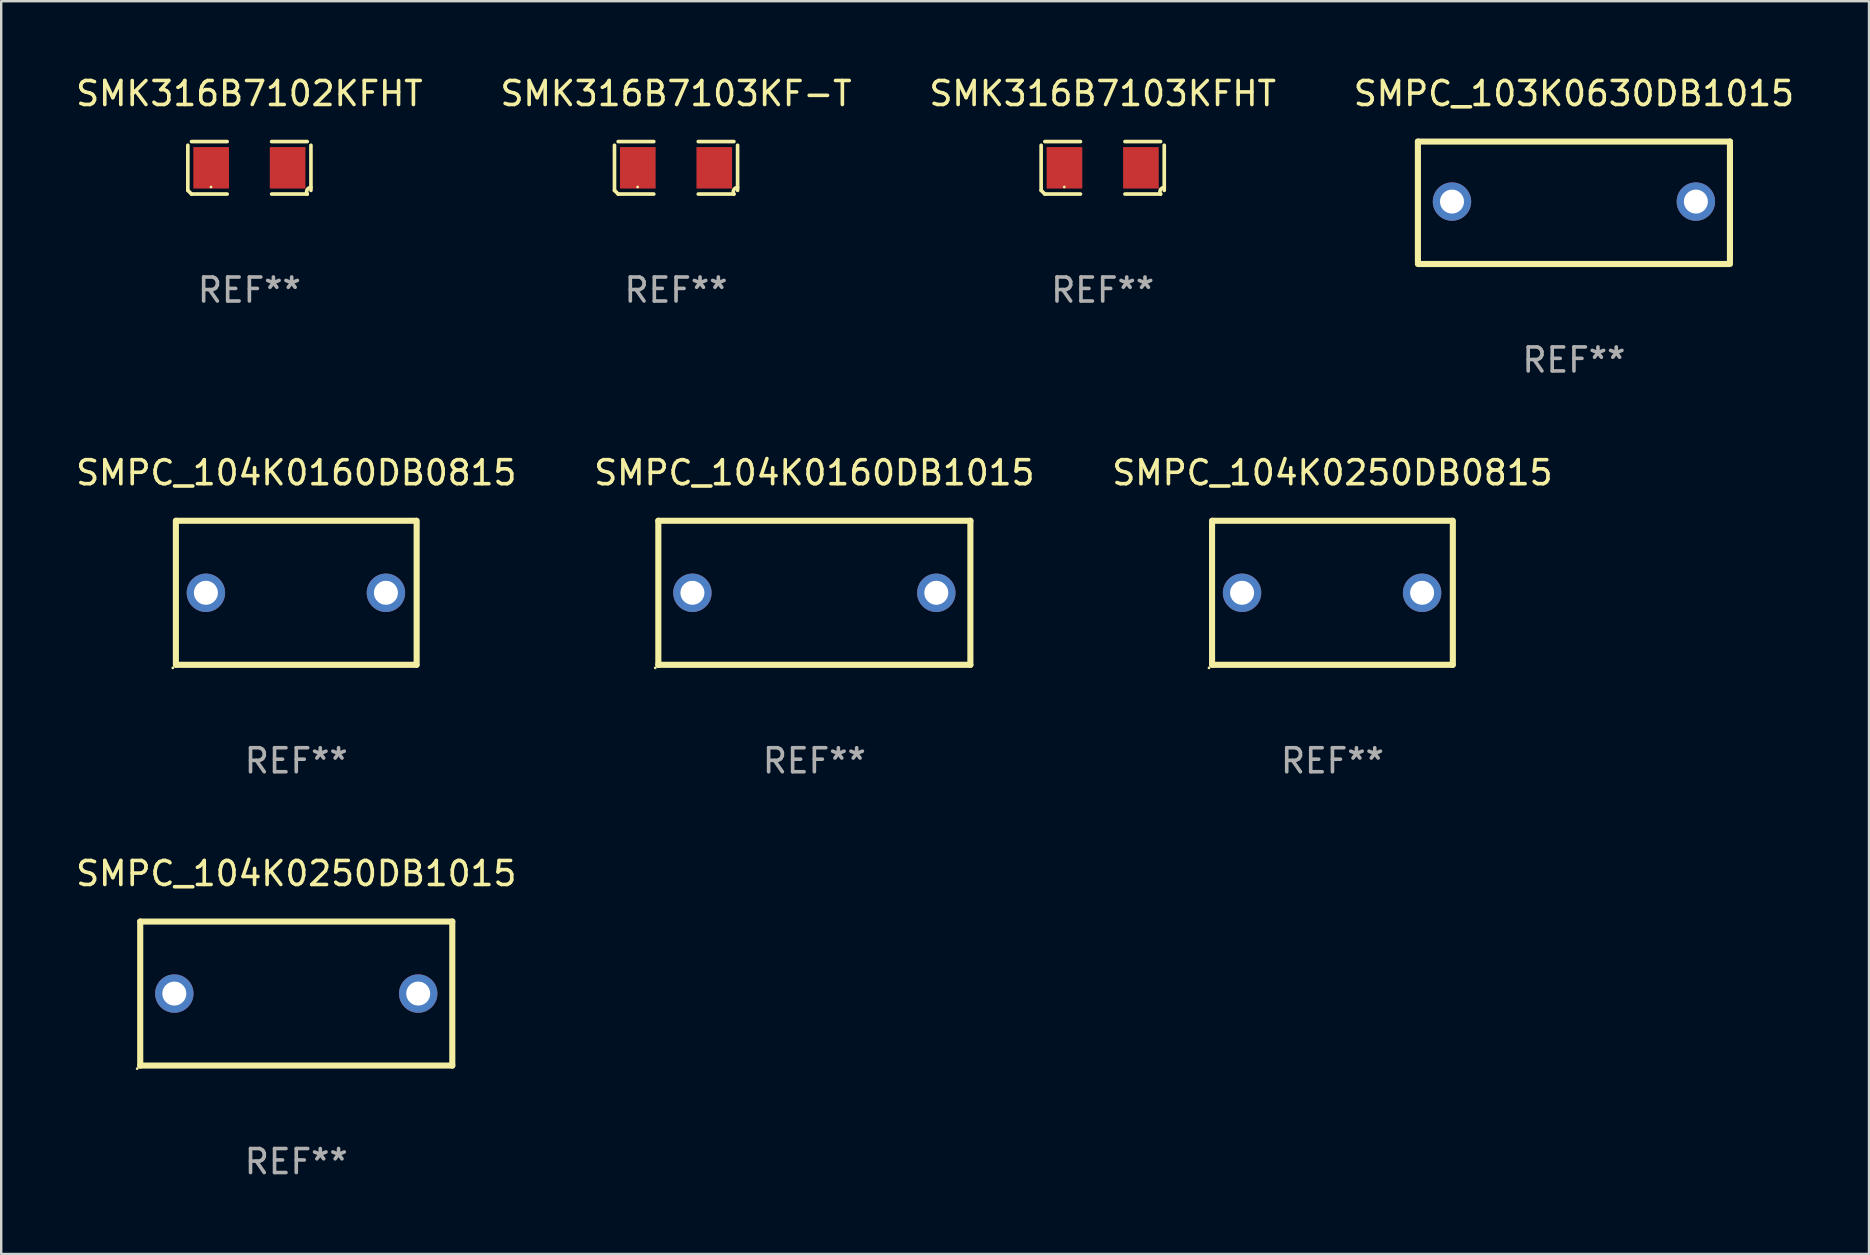
<source format=kicad_pcb>
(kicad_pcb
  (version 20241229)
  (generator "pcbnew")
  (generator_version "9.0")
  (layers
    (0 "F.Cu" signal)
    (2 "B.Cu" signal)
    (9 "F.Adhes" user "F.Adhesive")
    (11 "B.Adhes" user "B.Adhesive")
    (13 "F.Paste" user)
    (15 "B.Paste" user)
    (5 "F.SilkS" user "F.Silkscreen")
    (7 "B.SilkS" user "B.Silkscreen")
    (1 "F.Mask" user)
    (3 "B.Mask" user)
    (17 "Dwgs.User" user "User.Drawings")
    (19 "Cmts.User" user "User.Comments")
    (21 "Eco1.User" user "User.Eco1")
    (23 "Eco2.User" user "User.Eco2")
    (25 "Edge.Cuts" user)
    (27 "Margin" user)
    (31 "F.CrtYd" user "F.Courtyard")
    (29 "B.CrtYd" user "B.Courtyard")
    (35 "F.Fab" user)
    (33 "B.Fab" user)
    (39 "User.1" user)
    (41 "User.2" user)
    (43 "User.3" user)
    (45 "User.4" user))
  (footprint "SMK316B7103KF-T"
    (layer "F.Cu")
    (at 25.113 3.941)
    (property "Reference" "SMK316B7103KF-T" (at 0 -3.093 0) (layer "F.SilkS") (effects (font (size 1 1) (thickness 0.15))))
    (attr through_hole)
    (fp_line (start -2.564 0.94) (end -2.564 -0.94) (stroke (width 0.152) (type solid)) (layer "F.SilkS"))
    (fp_line (start -2.411 -1.093) (end -0.926 -1.093) (stroke (width 0.152) (type solid)) (layer "F.SilkS"))
    (fp_line (start -0.926 1.093) (end -2.411 1.093) (stroke (width 0.152) (type solid)) (layer "F.SilkS"))
    (fp_line (start 0.926 1.093) (end 2.411 1.093) (stroke (width 0.152) (type solid)) (layer "F.SilkS"))
    (fp_line (start 2.411 -1.093) (end 0.926 -1.093) (stroke (width 0.152) (type solid)) (layer "F.SilkS"))
    (fp_line (start 2.564 0.94) (end 2.564 -0.94) (stroke (width 0.152) (type solid)) (layer "F.SilkS"))
    (fp_arc (start -2.411201 1.092609) (mid -2.487413 1.01642) (end -2.563602 0.940208) (stroke (width 0.1524) (type solid)) (layer "F.SilkS"))
    (fp_arc (start 2.411201 1.092609) (mid 2.407159 0.911226) (end 2.563602 0.819347) (stroke (width 0.1524) (type solid)) (layer "F.SilkS"))
    (fp_circle (center -1.6 0.8) (end -1.57 0.8) (stroke (width 0.06) (type solid)) (fill no) (layer "F.SilkS"))
    (fp_text user "REF**" (at 0 5.093 0) (layer "F.Fab") (effects (font (size 1 1) (thickness 0.15))))
    (pad "1" smd rect (at -1.593 0) (size 1.485 1.728) (layers "F.Cu" "F.Mask" "F.Paste"))
    (pad "2" smd rect (at 1.593 0) (size 1.485 1.728) (layers "F.Cu" "F.Mask" "F.Paste")))
  (footprint "SMK316B7102KFHT"
    (layer "F.Cu")
    (at 7.339 3.941)
    (property "Reference" "SMK316B7102KFHT" (at 0 -3.093 0) (layer "F.SilkS") (effects (font (size 1 1) (thickness 0.15))))
    (attr through_hole)
    (fp_line (start -2.564 0.94) (end -2.564 -0.94) (stroke (width 0.152) (type solid)) (layer "F.SilkS"))
    (fp_line (start -2.411 -1.093) (end -0.926 -1.093) (stroke (width 0.152) (type solid)) (layer "F.SilkS"))
    (fp_line (start -0.926 1.093) (end -2.411 1.093) (stroke (width 0.152) (type solid)) (layer "F.SilkS"))
    (fp_line (start 0.926 1.093) (end 2.411 1.093) (stroke (width 0.152) (type solid)) (layer "F.SilkS"))
    (fp_line (start 2.411 -1.093) (end 0.926 -1.093) (stroke (width 0.152) (type solid)) (layer "F.SilkS"))
    (fp_line (start 2.564 0.94) (end 2.564 -0.94) (stroke (width 0.152) (type solid)) (layer "F.SilkS"))
    (fp_arc (start -2.411201 1.092609) (mid -2.487413 1.01642) (end -2.563602 0.940208) (stroke (width 0.1524) (type solid)) (layer "F.SilkS"))
    (fp_arc (start 2.411201 1.092609) (mid 2.407159 0.911226) (end 2.563602 0.819347) (stroke (width 0.1524) (type solid)) (layer "F.SilkS"))
    (fp_circle (center -1.6 0.8) (end -1.57 0.8) (stroke (width 0.06) (type solid)) (fill no) (layer "F.SilkS"))
    (fp_text user "REF**" (at 0 5.093 0) (layer "F.Fab") (effects (font (size 1 1) (thickness 0.15))))
    (pad "1" smd rect (at -1.593 0) (size 1.485 1.728) (layers "F.Cu" "F.Mask" "F.Paste"))
    (pad "2" smd rect (at 1.593 0) (size 1.485 1.728) (layers "F.Cu" "F.Mask" "F.Paste")))
  (footprint "SMPC_104K0250DB1015"
    (layer "F.Cu")
    (at 9.292 38.341)
    (property "Reference" "SMPC_104K0250DB1015" (at 0 -5 0) (layer "F.SilkS") (effects (font (size 1 1) (thickness 0.15))))
    (attr through_hole)
    (fp_line (start -6.5 -3) (end 6.5 -3) (stroke (width 0.254) (type solid)) (layer "F.SilkS"))
    (fp_line (start -6.5 3) (end -6.5 -3) (stroke (width 0.254) (type solid)) (layer "F.SilkS"))
    (fp_line (start 6.5 -3) (end 6.5 3) (stroke (width 0.254) (type solid)) (layer "F.SilkS"))
    (fp_line (start 6.5 3) (end -6.5 3) (stroke (width 0.254) (type solid)) (layer "F.SilkS"))
    (fp_circle (center -6.627 3.127) (end -6.597 3.127) (stroke (width 0.06) (type solid)) (fill no) (layer "F.SilkS"))
    (fp_text user "REF**" (at 0 7 0) (layer "F.Fab") (effects (font (size 1 1) (thickness 0.15))))
    (pad "1" thru_hole circle (at -5.08 0) (size 1.6 1.6) (drill 1) (layers "*.Cu" "*.Mask"))
    (pad "2" thru_hole circle (at 5.08 0) (size 1.6 1.6) (drill 1) (layers "*.Cu" "*.Mask")))
  (footprint "SMPC_104K0160DB0815"
    (layer "F.Cu")
    (at 9.292 21.645)
    (property "Reference" "SMPC_104K0160DB0815" (at 0 -5 0) (layer "F.SilkS") (effects (font (size 1 1) (thickness 0.15))))
    (attr through_hole)
    (fp_line (start -5.015 3) (end -5.015 -3) (stroke (width 0.254) (type solid)) (layer "F.SilkS"))
    (fp_line (start -5.005 -3) (end 4.995 -3) (stroke (width 0.254) (type solid)) (layer "F.SilkS"))
    (fp_line (start 5.005 3) (end -4.995 3) (stroke (width 0.254) (type solid)) (layer "F.SilkS"))
    (fp_line (start 5.015 -3) (end 5.015 3) (stroke (width 0.254) (type solid)) (layer "F.SilkS"))
    (fp_circle (center -5.142 3.127) (end -5.112 3.127) (stroke (width 0.06) (type solid)) (fill no) (layer "F.SilkS"))
    (fp_text user "REF**" (at 0 7 0) (layer "F.Fab") (effects (font (size 1 1) (thickness 0.15))))
    (pad "1" thru_hole circle (at -3.765 0) (size 1.6 1.6) (drill 1) (layers "*.Cu" "*.Mask"))
    (pad "2" thru_hole circle (at 3.735 0) (size 1.6 1.6) (drill 1) (layers "*.Cu" "*.Mask")))
  (footprint "SMPC_103K0630DB1015"
    (layer "F.Cu")
    (at 62.518 5.398)
    (property "Reference" "SMPC_103K0630DB1015" (at 0 -4.55 0) (layer "F.SilkS") (effects (font (size 1 1) (thickness 0.15))))
    (attr through_hole)
    (fp_line (start -6.5 -2.55) (end 6.5 -2.55) (stroke (width 0.254) (type solid)) (layer "F.SilkS"))
    (fp_line (start -6.5 2.45) (end -6.5 -2.55) (stroke (width 0.254) (type solid)) (layer "F.SilkS"))
    (fp_line (start 6.5 -2.55) (end 6.5 2.45) (stroke (width 0.254) (type solid)) (layer "F.SilkS"))
    (fp_line (start 6.5 2.55) (end -6.5 2.55) (stroke (width 0.254) (type solid)) (layer "F.SilkS"))
    (fp_circle (center -6.5 2.45) (end -6.47 2.45) (stroke (width 0.06) (type solid)) (fill no) (layer "F.SilkS"))
    (fp_text user "REF**" (at 0 6.55 0) (layer "F.Fab") (effects (font (size 1 1) (thickness 0.15))))
    (pad "1" thru_hole circle (at -5.08 -0.05) (size 1.6 1.6) (drill 1) (layers "*.Cu" "*.Mask"))
    (pad "2" thru_hole circle (at 5.08 -0.05) (size 1.6 1.6) (drill 1) (layers "*.Cu" "*.Mask")))
  (footprint "SMK316B7103KFHT"
    (layer "F.Cu")
    (at 42.887 3.941)
    (property "Reference" "SMK316B7103KFHT" (at 0 -3.093 0) (layer "F.SilkS") (effects (font (size 1 1) (thickness 0.15))))
    (attr through_hole)
    (fp_line (start -2.564 0.94) (end -2.564 -0.94) (stroke (width 0.152) (type solid)) (layer "F.SilkS"))
    (fp_line (start -2.411 -1.093) (end -0.926 -1.093) (stroke (width 0.152) (type solid)) (layer "F.SilkS"))
    (fp_line (start -0.926 1.093) (end -2.411 1.093) (stroke (width 0.152) (type solid)) (layer "F.SilkS"))
    (fp_line (start 0.926 1.093) (end 2.411 1.093) (stroke (width 0.152) (type solid)) (layer "F.SilkS"))
    (fp_line (start 2.411 -1.093) (end 0.926 -1.093) (stroke (width 0.152) (type solid)) (layer "F.SilkS"))
    (fp_line (start 2.564 0.94) (end 2.564 -0.94) (stroke (width 0.152) (type solid)) (layer "F.SilkS"))
    (fp_arc (start -2.411201 1.092609) (mid -2.487413 1.01642) (end -2.563602 0.940208) (stroke (width 0.1524) (type solid)) (layer "F.SilkS"))
    (fp_arc (start 2.411201 1.092609) (mid 2.407159 0.911226) (end 2.563602 0.819347) (stroke (width 0.1524) (type solid)) (layer "F.SilkS"))
    (fp_circle (center -1.6 0.8) (end -1.57 0.8) (stroke (width 0.06) (type solid)) (fill no) (layer "F.SilkS"))
    (fp_text user "REF**" (at 0 5.093 0) (layer "F.Fab") (effects (font (size 1 1) (thickness 0.15))))
    (pad "1" smd rect (at -1.593 0) (size 1.485 1.728) (layers "F.Cu" "F.Mask" "F.Paste"))
    (pad "2" smd rect (at 1.593 0) (size 1.485 1.728) (layers "F.Cu" "F.Mask" "F.Paste")))
  (footprint "SMPC_104K0250DB0815"
    (layer "F.Cu")
    (at 52.458 21.645)
    (property "Reference" "SMPC_104K0250DB0815" (at 0 -5 0) (layer "F.SilkS") (effects (font (size 1 1) (thickness 0.15))))
    (attr through_hole)
    (fp_line (start -5.015 3) (end -5.015 -3) (stroke (width 0.254) (type solid)) (layer "F.SilkS"))
    (fp_line (start -5.005 -3) (end 4.995 -3) (stroke (width 0.254) (type solid)) (layer "F.SilkS"))
    (fp_line (start 5.005 3) (end -4.995 3) (stroke (width 0.254) (type solid)) (layer "F.SilkS"))
    (fp_line (start 5.015 -3) (end 5.015 3) (stroke (width 0.254) (type solid)) (layer "F.SilkS"))
    (fp_circle (center -5.142 3.127) (end -5.112 3.127) (stroke (width 0.06) (type solid)) (fill no) (layer "F.SilkS"))
    (fp_text user "REF**" (at 0 7 0) (layer "F.Fab") (effects (font (size 1 1) (thickness 0.15))))
    (pad "1" thru_hole circle (at -3.765 0) (size 1.6 1.6) (drill 1) (layers "*.Cu" "*.Mask"))
    (pad "2" thru_hole circle (at 3.735 0) (size 1.6 1.6) (drill 1) (layers "*.Cu" "*.Mask")))
  (footprint "SMPC_104K0160DB1015"
    (layer "F.Cu")
    (at 30.875 21.645)
    (property "Reference" "SMPC_104K0160DB1015" (at 0 -5 0) (layer "F.SilkS") (effects (font (size 1 1) (thickness 0.15))))
    (attr through_hole)
    (fp_line (start -6.5 -3) (end 6.5 -3) (stroke (width 0.254) (type solid)) (layer "F.SilkS"))
    (fp_line (start -6.5 3) (end -6.5 -3) (stroke (width 0.254) (type solid)) (layer "F.SilkS"))
    (fp_line (start 6.5 -3) (end 6.5 3) (stroke (width 0.254) (type solid)) (layer "F.SilkS"))
    (fp_line (start 6.5 3) (end -6.5 3) (stroke (width 0.254) (type solid)) (layer "F.SilkS"))
    (fp_circle (center -6.627 3.127) (end -6.597 3.127) (stroke (width 0.06) (type solid)) (fill no) (layer "F.SilkS"))
    (fp_text user "REF**" (at 0 7 0) (layer "F.Fab") (effects (font (size 1 1) (thickness 0.15))))
    (pad "1" thru_hole circle (at -5.08 0) (size 1.6 1.6) (drill 1) (layers "*.Cu" "*.Mask"))
    (pad "2" thru_hole circle (at 5.08 0) (size 1.6 1.6) (drill 1) (layers "*.Cu" "*.Mask")))
  (gr_rect
    (start -3 -3)
    (end 74.81 49.189)
    (stroke (width 0.1) (type default))
    (fill no)
    (layer "Edge.Cuts")))
</source>
